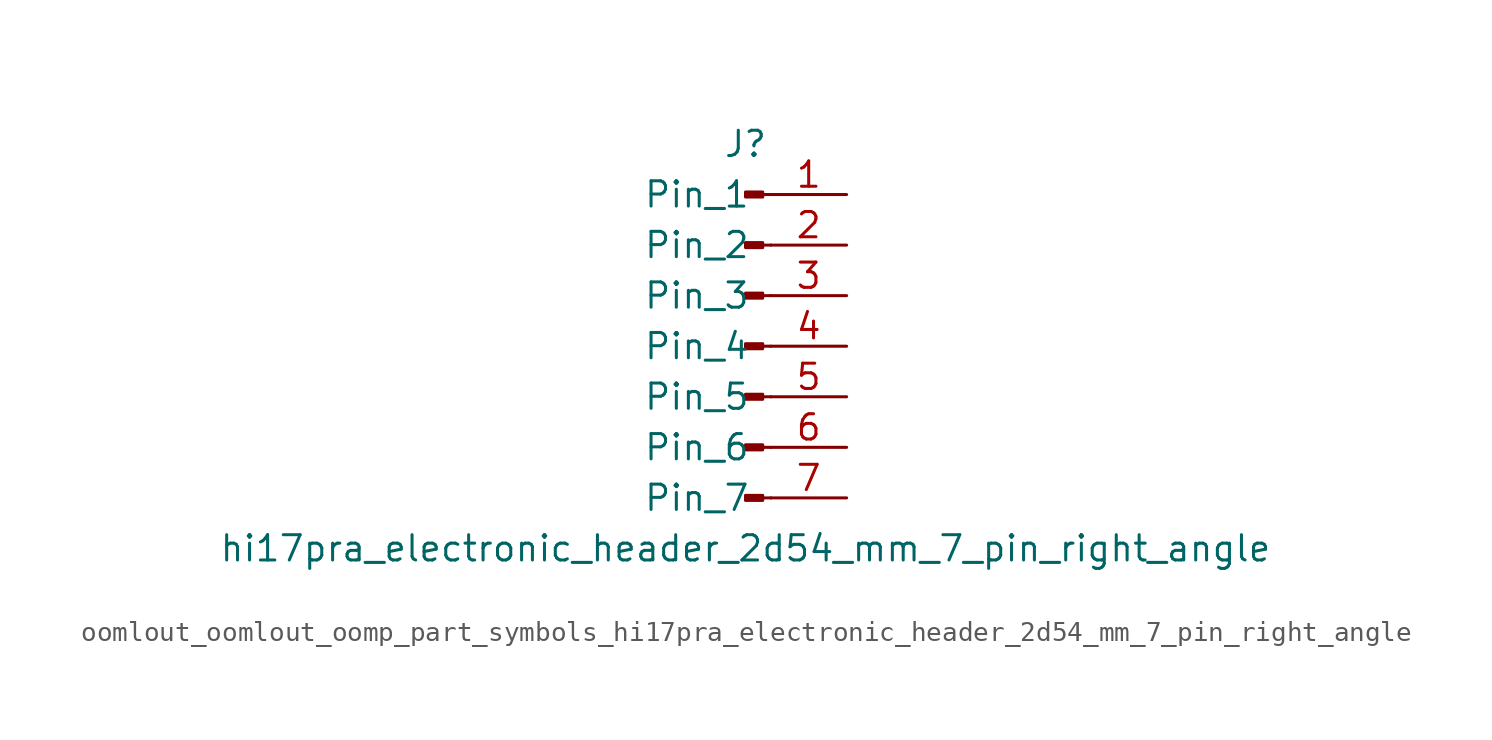
<source format=kicad_sym>
(kicad_symbol_lib
  (version 20220914)
  (generator kicad_symbol_editor)
  (symbol "oomlout_oomlout_oomp_part_symbols_hi17pra_electronic_header_2d54_mm_7_pin_right_angle"
    (pin_names
      (offset 1.016))
    (property "Reference" "J"
      (at 0 10.16 0)
      (effects (font (size 1.27 1.27))))
    (property "Value" "hi17pra_electronic_header_2d54_mm_7_pin_right_angle"
      (at 0 -10.16 0)
      (effects (font (size 1.27 1.27))))
    (property "ki_locked" ""
      (at 0 0 0)
      (effects (font (size 1.27 1.27))))
    (symbol "oomlout_oomlout_oomp_part_symbols_hi17pra_electronic_header_2d54_mm_7_pin_right_angle_1_1"
      (polyline (pts (xy 1.27 -7.62) (xy 0.864 -7.62)) (stroke (width 0.152) (type default)) (fill (type none)))
      (polyline (pts (xy 1.27 -5.08) (xy 0.864 -5.08)) (stroke (width 0.152) (type default)) (fill (type none)))
      (polyline (pts (xy 1.27 -2.54) (xy 0.864 -2.54)) (stroke (width 0.152) (type default)) (fill (type none)))
      (polyline (pts (xy 1.27 0) (xy 0.864 0)) (stroke (width 0.152) (type default)) (fill (type none)))
      (polyline (pts (xy 1.27 2.54) (xy 0.864 2.54)) (stroke (width 0.152) (type default)) (fill (type none)))
      (polyline (pts (xy 1.27 5.08) (xy 0.864 5.08)) (stroke (width 0.152) (type default)) (fill (type none)))
      (polyline (pts (xy 1.27 7.62) (xy 0.864 7.62)) (stroke (width 0.152) (type default)) (fill (type none)))
      (rectangle (start 0.864 -7.493) (end 0 -7.747) (stroke (width 0.152) (type default)) (fill (type outline)))
      (rectangle (start 0.864 -4.953) (end 0 -5.207) (stroke (width 0.152) (type default)) (fill (type outline)))
      (rectangle (start 0.864 -2.413) (end 0 -2.667) (stroke (width 0.152) (type default)) (fill (type outline)))
      (rectangle (start 0.864 0.127) (end 0 -0.127) (stroke (width 0.152) (type default)) (fill (type outline)))
      (rectangle (start 0.864 2.667) (end 0 2.413) (stroke (width 0.152) (type default)) (fill (type outline)))
      (rectangle (start 0.864 5.207) (end 0 4.953) (stroke (width 0.152) (type default)) (fill (type outline)))
      (rectangle (start 0.864 7.747) (end 0 7.493) (stroke (width 0.152) (type default)) (fill (type outline)))
      (pin passive line (at 5.08 7.62 180) (length 3.81) (name "Pin_1" (effects (font (size 1.27 1.27)))) (number "1" (effects (font (size 1.27 1.27)))))
      (pin passive line (at 5.08 5.08 180) (length 3.81) (name "Pin_2" (effects (font (size 1.27 1.27)))) (number "2" (effects (font (size 1.27 1.27)))))
      (pin passive line (at 5.08 2.54 180) (length 3.81) (name "Pin_3" (effects (font (size 1.27 1.27)))) (number "3" (effects (font (size 1.27 1.27)))))
      (pin passive line (at 5.08 0 180) (length 3.81) (name "Pin_4" (effects (font (size 1.27 1.27)))) (number "4" (effects (font (size 1.27 1.27)))))
      (pin passive line (at 5.08 -2.54 180) (length 3.81) (name "Pin_5" (effects (font (size 1.27 1.27)))) (number "5" (effects (font (size 1.27 1.27)))))
      (pin passive line (at 5.08 -5.08 180) (length 3.81) (name "Pin_6" (effects (font (size 1.27 1.27)))) (number "6" (effects (font (size 1.27 1.27)))))
      (pin passive line (at 5.08 -7.62 180) (length 3.81) (name "Pin_7" (effects (font (size 1.27 1.27)))) (number "7" (effects (font (size 1.27 1.27))))))))
</source>
